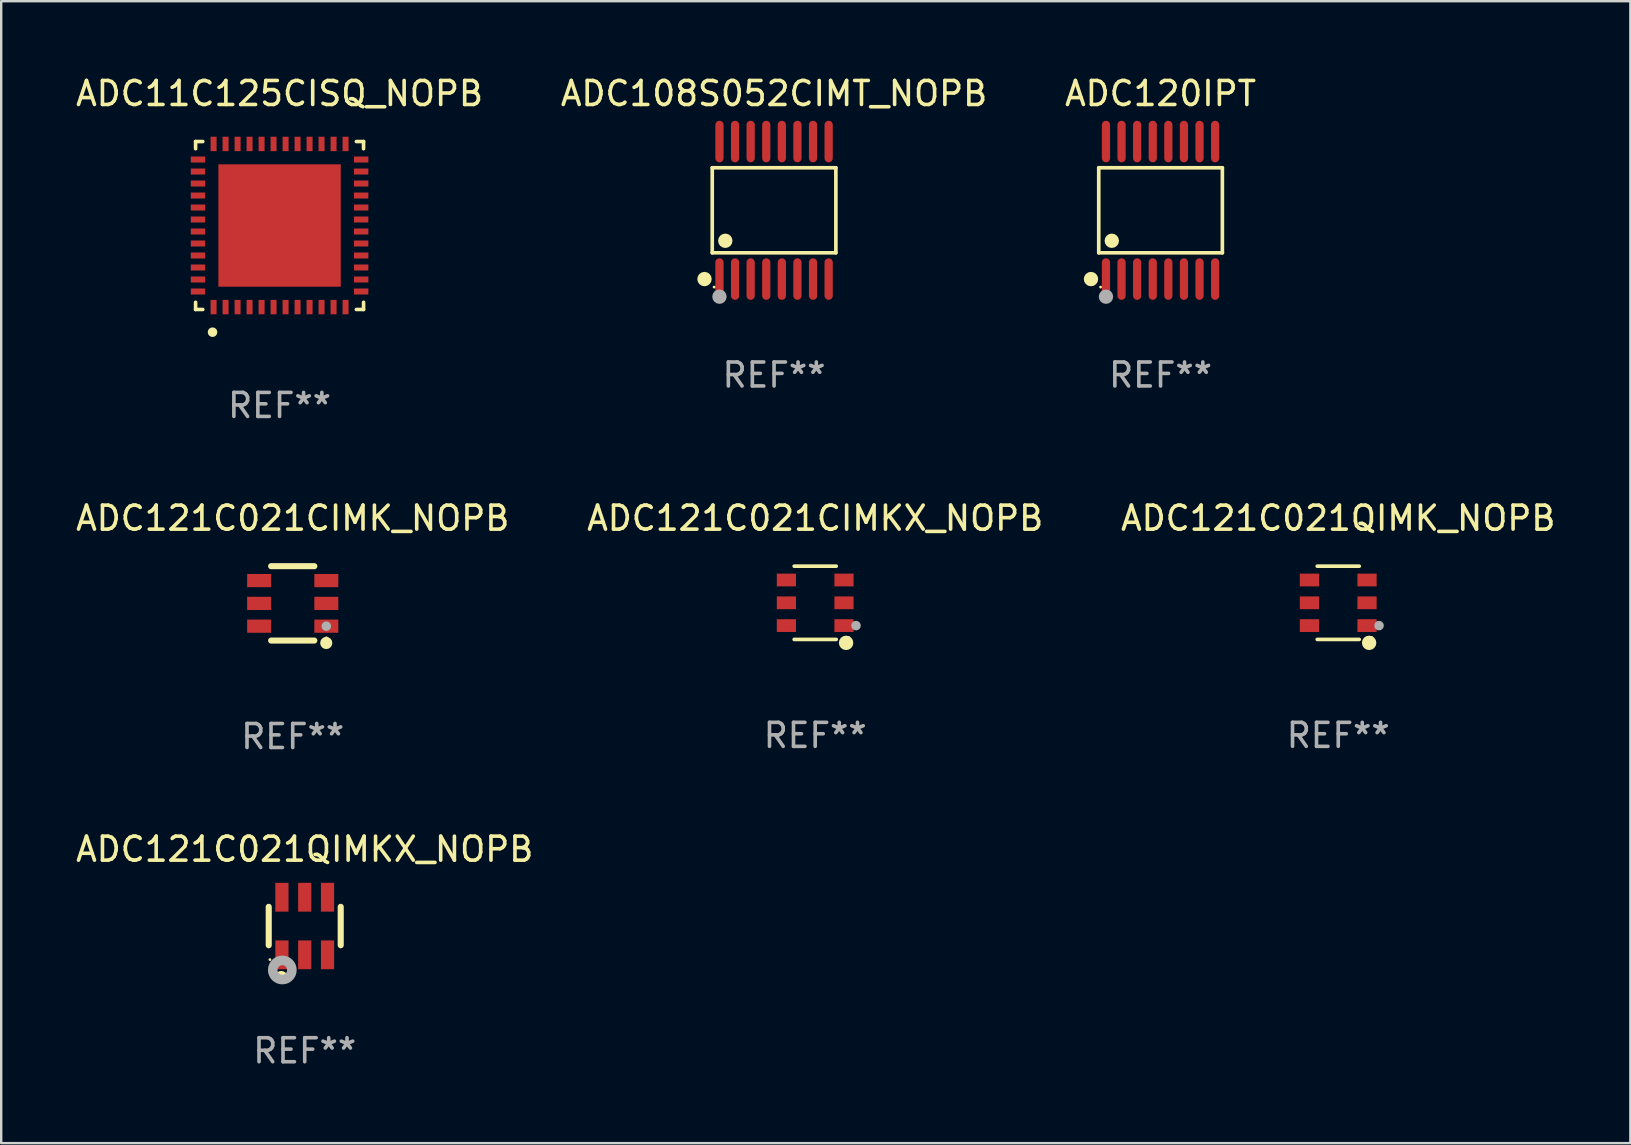
<source format=kicad_pcb>
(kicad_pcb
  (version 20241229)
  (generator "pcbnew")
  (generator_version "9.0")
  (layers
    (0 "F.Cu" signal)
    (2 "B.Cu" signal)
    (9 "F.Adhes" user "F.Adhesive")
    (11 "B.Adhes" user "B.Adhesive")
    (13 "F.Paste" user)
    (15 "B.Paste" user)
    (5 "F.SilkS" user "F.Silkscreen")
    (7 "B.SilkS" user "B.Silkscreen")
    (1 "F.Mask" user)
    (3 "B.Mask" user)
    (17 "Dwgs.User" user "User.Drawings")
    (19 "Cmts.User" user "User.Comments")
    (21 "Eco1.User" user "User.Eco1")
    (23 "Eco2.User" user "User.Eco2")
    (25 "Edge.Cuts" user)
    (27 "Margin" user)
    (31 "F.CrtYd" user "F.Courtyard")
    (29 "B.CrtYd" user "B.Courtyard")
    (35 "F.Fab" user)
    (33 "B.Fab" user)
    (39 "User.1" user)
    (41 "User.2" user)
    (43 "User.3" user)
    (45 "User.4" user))
  (footprint "ADC121C021QIMK_NOPB"
    (layer "F.Cu")
    (at 52.72 22.071)
    (property "Reference" "ADC121C021QIMK_NOPB" (at 0 -3.526 0) (layer "F.SilkS") (effects (font (size 1 1) (thickness 0.15))))
    (attr through_hole)
    (fp_line (start 0.876 -1.526) (end -0.876 -1.526) (stroke (width 0.152) (type solid)) (layer "F.SilkS"))
    (fp_line (start 0.876 1.526) (end -0.876 1.526) (stroke (width 0.152) (type solid)) (layer "F.SilkS"))
    (fp_circle (center 1.287 1.669) (end 1.438 1.669) (stroke (width 0.3) (type solid)) (fill no) (layer "F.SilkS"))
    (fp_circle (center 1.4 1.45) (end 1.43 1.45) (stroke (width 0.06) (type solid)) (fill no) (layer "F.SilkS"))
    (fp_circle (center 1.7 0.95) (end 1.8 0.95) (stroke (width 0.2) (type solid)) (fill no) (layer "F.Fab"))
    (fp_text user "REF**" (at 0 5.526 0) (layer "F.Fab") (effects (font (size 1 1) (thickness 0.15))))
    (pad "1" smd rect (at 1.2 0.95) (size 0.8 0.532) (layers "F.Cu" "F.Mask" "F.Paste"))
    (pad "2" smd rect (at 1.2 0) (size 0.8 0.532) (layers "F.Cu" "F.Mask" "F.Paste"))
    (pad "3" smd rect (at 1.2 -0.95) (size 0.8 0.532) (layers "F.Cu" "F.Mask" "F.Paste"))
    (pad "4" smd rect (at -1.2 -0.95) (size 0.8 0.532) (layers "F.Cu" "F.Mask" "F.Paste"))
    (pad "5" smd rect (at -1.2 0) (size 0.8 0.532) (layers "F.Cu" "F.Mask" "F.Paste"))
    (pad "6" smd rect (at -1.2 0.95) (size 0.8 0.532) (layers "F.Cu" "F.Mask" "F.Paste")))
  (footprint "ADC121C021CIMKX_NOPB"
    (layer "F.Cu")
    (at 30.923 22.071)
    (property "Reference" "ADC121C021CIMKX_NOPB" (at 0 -3.526 0) (layer "F.SilkS") (effects (font (size 1 1) (thickness 0.15))))
    (attr through_hole)
    (fp_line (start 0.876 -1.526) (end -0.876 -1.526) (stroke (width 0.152) (type solid)) (layer "F.SilkS"))
    (fp_line (start 0.876 1.526) (end -0.876 1.526) (stroke (width 0.152) (type solid)) (layer "F.SilkS"))
    (fp_circle (center 1.287 1.669) (end 1.438 1.669) (stroke (width 0.3) (type solid)) (fill no) (layer "F.SilkS"))
    (fp_circle (center 1.4 1.45) (end 1.43 1.45) (stroke (width 0.06) (type solid)) (fill no) (layer "F.SilkS"))
    (fp_circle (center 1.7 0.95) (end 1.8 0.95) (stroke (width 0.2) (type solid)) (fill no) (layer "F.Fab"))
    (fp_text user "REF**" (at 0 5.526 0) (layer "F.Fab") (effects (font (size 1 1) (thickness 0.15))))
    (pad "1" smd rect (at 1.2 0.95) (size 0.8 0.532) (layers "F.Cu" "F.Mask" "F.Paste"))
    (pad "2" smd rect (at 1.2 0) (size 0.8 0.532) (layers "F.Cu" "F.Mask" "F.Paste"))
    (pad "3" smd rect (at 1.2 -0.95) (size 0.8 0.532) (layers "F.Cu" "F.Mask" "F.Paste"))
    (pad "4" smd rect (at -1.2 -0.95) (size 0.8 0.532) (layers "F.Cu" "F.Mask" "F.Paste"))
    (pad "5" smd rect (at -1.2 0) (size 0.8 0.532) (layers "F.Cu" "F.Mask" "F.Paste"))
    (pad "6" smd rect (at -1.2 0.95) (size 0.8 0.532) (layers "F.Cu" "F.Mask" "F.Paste")))
  (footprint "ADC120IPT"
    (layer "F.Cu")
    (at 45.315 5.714)
    (property "Reference" "ADC120IPT" (at 0 -4.866 0) (layer "F.SilkS") (effects (font (size 1 1) (thickness 0.15))))
    (attr through_hole)
    (fp_line (start -2.576 -1.772) (end 2.576 -1.772) (stroke (width 0.152) (type solid)) (layer "F.SilkS"))
    (fp_line (start -2.576 1.771) (end -2.576 -1.772) (stroke (width 0.152) (type solid)) (layer "F.SilkS"))
    (fp_line (start 2.576 -1.772) (end 2.576 1.771) (stroke (width 0.152) (type solid)) (layer "F.SilkS"))
    (fp_line (start 2.576 1.771) (end -2.576 1.771) (stroke (width 0.152) (type solid)) (layer "F.SilkS"))
    (fp_circle (center -2.899 2.866) (end -2.749 2.866) (stroke (width 0.3) (type solid)) (fill no) (layer "F.SilkS"))
    (fp_circle (center -2.5 3.2) (end -2.47 3.2) (stroke (width 0.06) (type solid)) (fill no) (layer "F.SilkS"))
    (fp_circle (center -2.032 1.27) (end -1.882 1.27) (stroke (width 0.3) (type solid)) (fill no) (layer "F.SilkS"))
    (fp_circle (center -2.275 3.6) (end -2.125 3.6) (stroke (width 0.3) (type solid)) (fill no) (layer "F.Fab"))
    (fp_text user "REF**" (at 0 6.866 0) (layer "F.Fab") (effects (font (size 1 1) (thickness 0.15))))
    (pad "1" smd oval (at -2.275 2.866) (size 0.343 1.731) (layers "F.Cu" "F.Mask" "F.Paste"))
    (pad "2" smd oval (at -1.625 2.866) (size 0.343 1.731) (layers "F.Cu" "F.Mask" "F.Paste"))
    (pad "3" smd oval (at -0.975 2.866) (size 0.343 1.731) (layers "F.Cu" "F.Mask" "F.Paste"))
    (pad "4" smd oval (at -0.325 2.866) (size 0.343 1.731) (layers "F.Cu" "F.Mask" "F.Paste"))
    (pad "5" smd oval (at 0.325 2.866) (size 0.343 1.731) (layers "F.Cu" "F.Mask" "F.Paste"))
    (pad "6" smd oval (at 0.975 2.866) (size 0.343 1.731) (layers "F.Cu" "F.Mask" "F.Paste"))
    (pad "7" smd oval (at 1.625 2.866) (size 0.343 1.731) (layers "F.Cu" "F.Mask" "F.Paste"))
    (pad "8" smd oval (at 2.275 2.866) (size 0.343 1.731) (layers "F.Cu" "F.Mask" "F.Paste"))
    (pad "9" smd oval (at 2.275 -2.866) (size 0.343 1.731) (layers "F.Cu" "F.Mask" "F.Paste"))
    (pad "10" smd oval (at 1.625 -2.866) (size 0.343 1.731) (layers "F.Cu" "F.Mask" "F.Paste"))
    (pad "11" smd oval (at 0.975 -2.866) (size 0.343 1.731) (layers "F.Cu" "F.Mask" "F.Paste"))
    (pad "12" smd oval (at 0.325 -2.866) (size 0.343 1.731) (layers "F.Cu" "F.Mask" "F.Paste"))
    (pad "13" smd oval (at -0.325 -2.866) (size 0.343 1.731) (layers "F.Cu" "F.Mask" "F.Paste"))
    (pad "14" smd oval (at -0.975 -2.866) (size 0.343 1.731) (layers "F.Cu" "F.Mask" "F.Paste"))
    (pad "15" smd oval (at -1.625 -2.866) (size 0.343 1.731) (layers "F.Cu" "F.Mask" "F.Paste"))
    (pad "16" smd oval (at -2.275 -2.866) (size 0.343 1.731) (layers "F.Cu" "F.Mask" "F.Paste")))
  (footprint "ADC11C125CISQ_NOPB"
    (layer "F.Cu")
    (at 8.601 6.348)
    (property "Reference" "ADC11C125CISQ_NOPB" (at 0 -5.5 0) (layer "F.SilkS") (effects (font (size 1 1) (thickness 0.15))))
    (attr through_hole)
    (fp_line (start -3.5 -3.5) (end -3.2 -3.5) (stroke (width 0.15) (type solid)) (layer "F.SilkS"))
    (fp_line (start -3.5 -3.2) (end -3.5 -3.5) (stroke (width 0.15) (type solid)) (layer "F.SilkS"))
    (fp_line (start -3.5 3.5) (end -3.5 3.2) (stroke (width 0.15) (type solid)) (layer "F.SilkS"))
    (fp_line (start -3.2 3.5) (end -3.5 3.5) (stroke (width 0.15) (type solid)) (layer "F.SilkS"))
    (fp_line (start 3.2 -3.5) (end 3.5 -3.5) (stroke (width 0.15) (type solid)) (layer "F.SilkS"))
    (fp_line (start 3.5 -3.5) (end 3.5 -3.2) (stroke (width 0.15) (type solid)) (layer "F.SilkS"))
    (fp_line (start 3.5 3.2) (end 3.5 3.5) (stroke (width 0.15) (type solid)) (layer "F.SilkS"))
    (fp_line (start 3.5 3.5) (end 3.2 3.5) (stroke (width 0.15) (type solid)) (layer "F.SilkS"))
    (fp_circle (center -2.794 4.445) (end -2.694 4.445) (stroke (width 0.2) (type solid)) (fill no) (layer "F.SilkS"))
    (fp_text user "REF**" (at 0 7.5 0) (layer "F.Fab") (effects (font (size 1 1) (thickness 0.15))))
    (pad "1" smd rect (at -2.75 3.4 180) (size 0.25 0.6) (layers "F.Cu" "F.Mask" "F.Paste"))
    (pad "2" smd rect (at -2.25 3.4 180) (size 0.25 0.6) (layers "F.Cu" "F.Mask" "F.Paste"))
    (pad "3" smd rect (at -1.75 3.4 180) (size 0.25 0.6) (layers "F.Cu" "F.Mask" "F.Paste"))
    (pad "4" smd rect (at -1.25 3.4 180) (size 0.25 0.6) (layers "F.Cu" "F.Mask" "F.Paste"))
    (pad "5" smd rect (at -0.75 3.4 180) (size 0.25 0.6) (layers "F.Cu" "F.Mask" "F.Paste"))
    (pad "6" smd rect (at -0.25 3.4 180) (size 0.25 0.6) (layers "F.Cu" "F.Mask" "F.Paste"))
    (pad "7" smd rect (at 0.25 3.4 180) (size 0.25 0.6) (layers "F.Cu" "F.Mask" "F.Paste"))
    (pad "8" smd rect (at 0.75 3.4 180) (size 0.25 0.6) (layers "F.Cu" "F.Mask" "F.Paste"))
    (pad "9" smd rect (at 1.25 3.4 180) (size 0.25 0.6) (layers "F.Cu" "F.Mask" "F.Paste"))
    (pad "10" smd rect (at 1.75 3.4 180) (size 0.25 0.6) (layers "F.Cu" "F.Mask" "F.Paste"))
    (pad "11" smd rect (at 2.25 3.4 180) (size 0.25 0.6) (layers "F.Cu" "F.Mask" "F.Paste"))
    (pad "12" smd rect (at 2.75 3.4 180) (size 0.25 0.6) (layers "F.Cu" "F.Mask" "F.Paste"))
    (pad "13" smd rect (at 3.4 2.75 90) (size 0.25 0.6) (layers "F.Cu" "F.Mask" "F.Paste"))
    (pad "14" smd rect (at 3.4 2.25 90) (size 0.25 0.6) (layers "F.Cu" "F.Mask" "F.Paste"))
    (pad "15" smd rect (at 3.4 1.75 90) (size 0.25 0.6) (layers "F.Cu" "F.Mask" "F.Paste"))
    (pad "16" smd rect (at 3.4 1.25 90) (size 0.25 0.6) (layers "F.Cu" "F.Mask" "F.Paste"))
    (pad "17" smd rect (at 3.4 0.75 90) (size 0.25 0.6) (layers "F.Cu" "F.Mask" "F.Paste"))
    (pad "18" smd rect (at 3.4 0.25 90) (size 0.25 0.6) (layers "F.Cu" "F.Mask" "F.Paste"))
    (pad "19" smd rect (at 3.4 -0.25 90) (size 0.25 0.6) (layers "F.Cu" "F.Mask" "F.Paste"))
    (pad "20" smd rect (at 3.4 -0.75 90) (size 0.25 0.6) (layers "F.Cu" "F.Mask" "F.Paste"))
    (pad "21" smd rect (at 3.4 -1.25 90) (size 0.25 0.6) (layers "F.Cu" "F.Mask" "F.Paste"))
    (pad "22" smd rect (at 3.4 -1.75 90) (size 0.25 0.6) (layers "F.Cu" "F.Mask" "F.Paste"))
    (pad "23" smd rect (at 3.4 -2.25 90) (size 0.25 0.6) (layers "F.Cu" "F.Mask" "F.Paste"))
    (pad "24" smd rect (at 3.4 -2.75 90) (size 0.25 0.6) (layers "F.Cu" "F.Mask" "F.Paste"))
    (pad "25" smd rect (at 2.75 -3.4 180) (size 0.25 0.6) (layers "F.Cu" "F.Mask" "F.Paste"))
    (pad "26" smd rect (at 2.25 -3.4 180) (size 0.25 0.6) (layers "F.Cu" "F.Mask" "F.Paste"))
    (pad "27" smd rect (at 1.75 -3.4 180) (size 0.25 0.6) (layers "F.Cu" "F.Mask" "F.Paste"))
    (pad "28" smd rect (at 1.25 -3.4 180) (size 0.25 0.6) (layers "F.Cu" "F.Mask" "F.Paste"))
    (pad "29" smd rect (at 0.75 -3.4 180) (size 0.25 0.6) (layers "F.Cu" "F.Mask" "F.Paste"))
    (pad "30" smd rect (at 0.25 -3.4 180) (size 0.25 0.6) (layers "F.Cu" "F.Mask" "F.Paste"))
    (pad "31" smd rect (at -0.25 -3.4 180) (size 0.25 0.6) (layers "F.Cu" "F.Mask" "F.Paste"))
    (pad "32" smd rect (at -0.75 -3.4 180) (size 0.25 0.6) (layers "F.Cu" "F.Mask" "F.Paste"))
    (pad "33" smd rect (at -1.25 -3.4 180) (size 0.25 0.6) (layers "F.Cu" "F.Mask" "F.Paste"))
    (pad "34" smd rect (at -1.75 -3.4 180) (size 0.25 0.6) (layers "F.Cu" "F.Mask" "F.Paste"))
    (pad "35" smd rect (at -2.25 -3.4 180) (size 0.25 0.6) (layers "F.Cu" "F.Mask" "F.Paste"))
    (pad "36" smd rect (at -2.75 -3.4 180) (size 0.25 0.6) (layers "F.Cu" "F.Mask" "F.Paste"))
    (pad "37" smd rect (at -3.4 -2.75 90) (size 0.25 0.6) (layers "F.Cu" "F.Mask" "F.Paste"))
    (pad "38" smd rect (at -3.4 -2.25 90) (size 0.25 0.6) (layers "F.Cu" "F.Mask" "F.Paste"))
    (pad "39" smd rect (at -3.4 -1.75 90) (size 0.25 0.6) (layers "F.Cu" "F.Mask" "F.Paste"))
    (pad "40" smd rect (at -3.4 -1.25 90) (size 0.25 0.6) (layers "F.Cu" "F.Mask" "F.Paste"))
    (pad "41" smd rect (at -3.4 -0.75 90) (size 0.25 0.6) (layers "F.Cu" "F.Mask" "F.Paste"))
    (pad "42" smd rect (at -3.4 -0.25 90) (size 0.25 0.6) (layers "F.Cu" "F.Mask" "F.Paste"))
    (pad "43" smd rect (at -3.4 0.25 90) (size 0.25 0.6) (layers "F.Cu" "F.Mask" "F.Paste"))
    (pad "44" smd rect (at -3.4 0.75 90) (size 0.25 0.6) (layers "F.Cu" "F.Mask" "F.Paste"))
    (pad "45" smd rect (at -3.4 1.25 90) (size 0.25 0.6) (layers "F.Cu" "F.Mask" "F.Paste"))
    (pad "46" smd rect (at -3.4 1.75 90) (size 0.25 0.6) (layers "F.Cu" "F.Mask" "F.Paste"))
    (pad "47" smd rect (at -3.4 2.25 90) (size 0.25 0.6) (layers "F.Cu" "F.Mask" "F.Paste"))
    (pad "48" smd rect (at -3.4 2.75 90) (size 0.25 0.6) (layers "F.Cu" "F.Mask" "F.Paste"))
    (pad "49" smd rect (at -0.000127 -0.000127 90) (size 5.1 5.1) (layers "F.Cu" "F.Mask" "F.Paste")))
  (footprint "ADC121C021QIMKX_NOPB"
    (layer "F.Cu")
    (at 9.649 35.541)
    (property "Reference" "ADC121C021QIMKX_NOPB" (at 0 -3.2 0) (layer "F.SilkS") (effects (font (size 1 1) (thickness 0.15))))
    (attr through_hole)
    (fp_line (start -1.5 0.8) (end -1.5 -0.8) (stroke (width 0.254) (type solid)) (layer "F.SilkS"))
    (fp_line (start 1.5 -0.8) (end 1.5 0.8) (stroke (width 0.254) (type solid)) (layer "F.SilkS"))
    (fp_circle (center -1.45 1.4) (end -1.42 1.4) (stroke (width 0.06) (type solid)) (fill no) (layer "F.SilkS"))
    (fp_circle (center -0.975 2.125) (end -0.848 2.125) (stroke (width 0.254) (type solid)) (fill no) (layer "F.SilkS"))
    (fp_circle (center -0.934 1.832) (end -0.735 1.832) (stroke (width 0.4) (type solid)) (fill no) (layer "F.Fab"))
    (fp_text user "REF**" (at 0 5.2 0) (layer "F.Fab") (effects (font (size 1 1) (thickness 0.15))))
    (pad "1" smd rect (at -0.95 1.2) (size 0.55 1.2) (layers "F.Cu" "F.Mask" "F.Paste"))
    (pad "2" smd rect (at 0 1.2) (size 0.55 1.2) (layers "F.Cu" "F.Mask" "F.Paste"))
    (pad "3" smd rect (at 0.95 1.2) (size 0.55 1.2) (layers "F.Cu" "F.Mask" "F.Paste"))
    (pad "4" smd rect (at 0.95 -1.2) (size 0.55 1.2) (layers "F.Cu" "F.Mask" "F.Paste"))
    (pad "5" smd rect (at 0 -1.2) (size 0.55 1.2) (layers "F.Cu" "F.Mask" "F.Paste"))
    (pad "6" smd rect (at -0.95 -1.2) (size 0.55 1.2) (layers "F.Cu" "F.Mask" "F.Paste")))
  (footprint "ADC121C021CIMK_NOPB"
    (layer "F.Cu")
    (at 9.149 22.095)
    (property "Reference" "ADC121C021CIMK_NOPB" (at 0 -3.55 0) (layer "F.SilkS") (effects (font (size 1 1) (thickness 0.15))))
    (attr through_hole)
    (fp_line (start -0.9 -1.55) (end 0.9 -1.55) (stroke (width 0.254) (type solid)) (layer "F.SilkS"))
    (fp_line (start -0.9 1.55) (end 0.9 1.55) (stroke (width 0.254) (type solid)) (layer "F.SilkS"))
    (fp_circle (center 1.397 1.651) (end 1.524 1.651) (stroke (width 0.254) (type solid)) (fill no) (layer "F.SilkS"))
    (fp_circle (center 1.4 1.435) (end 1.43 1.435) (stroke (width 0.06) (type solid)) (fill no) (layer "F.SilkS"))
    (fp_circle (center 1.4 0.95) (end 1.5 0.95) (stroke (width 0.2) (type solid)) (fill no) (layer "F.Fab"))
    (fp_text user "REF**" (at 0 5.55 0) (layer "F.Fab") (effects (font (size 1 1) (thickness 0.15))))
    (pad "1" smd rect (at 1.4 0.95) (size 1 0.55) (layers "F.Cu" "F.Mask" "F.Paste"))
    (pad "2" smd rect (at 1.4 -0.000102) (size 1 0.55) (layers "F.Cu" "F.Mask" "F.Paste"))
    (pad "3" smd rect (at 1.4 -0.95) (size 1 0.55) (layers "F.Cu" "F.Mask" "F.Paste"))
    (pad "4" smd rect (at -1.4 -0.95) (size 1 0.55) (layers "F.Cu" "F.Mask" "F.Paste"))
    (pad "5" smd rect (at -1.4 -0.000102) (size 1 0.55) (layers "F.Cu" "F.Mask" "F.Paste"))
    (pad "6" smd rect (at -1.4 0.95) (size 1 0.55) (layers "F.Cu" "F.Mask" "F.Paste")))
  (footprint "ADC108S052CIMT_NOPB"
    (layer "F.Cu")
    (at 29.208 5.714)
    (property "Reference" "ADC108S052CIMT_NOPB" (at 0 -4.866 0) (layer "F.SilkS") (effects (font (size 1 1) (thickness 0.15))))
    (attr through_hole)
    (fp_line (start -2.576 -1.772) (end 2.576 -1.772) (stroke (width 0.152) (type solid)) (layer "F.SilkS"))
    (fp_line (start -2.576 1.771) (end -2.576 -1.772) (stroke (width 0.152) (type solid)) (layer "F.SilkS"))
    (fp_line (start 2.576 -1.772) (end 2.576 1.771) (stroke (width 0.152) (type solid)) (layer "F.SilkS"))
    (fp_line (start 2.576 1.771) (end -2.576 1.771) (stroke (width 0.152) (type solid)) (layer "F.SilkS"))
    (fp_circle (center -2.899 2.866) (end -2.749 2.866) (stroke (width 0.3) (type solid)) (fill no) (layer "F.SilkS"))
    (fp_circle (center -2.5 3.2) (end -2.47 3.2) (stroke (width 0.06) (type solid)) (fill no) (layer "F.SilkS"))
    (fp_circle (center -2.032 1.27) (end -1.882 1.27) (stroke (width 0.3) (type solid)) (fill no) (layer "F.SilkS"))
    (fp_circle (center -2.275 3.6) (end -2.125 3.6) (stroke (width 0.3) (type solid)) (fill no) (layer "F.Fab"))
    (fp_text user "REF**" (at 0 6.866 0) (layer "F.Fab") (effects (font (size 1 1) (thickness 0.15))))
    (pad "1" smd oval (at -2.275 2.866) (size 0.343 1.731) (layers "F.Cu" "F.Mask" "F.Paste"))
    (pad "2" smd oval (at -1.625 2.866) (size 0.343 1.731) (layers "F.Cu" "F.Mask" "F.Paste"))
    (pad "3" smd oval (at -0.975 2.866) (size 0.343 1.731) (layers "F.Cu" "F.Mask" "F.Paste"))
    (pad "4" smd oval (at -0.325 2.866) (size 0.343 1.731) (layers "F.Cu" "F.Mask" "F.Paste"))
    (pad "5" smd oval (at 0.325 2.866) (size 0.343 1.731) (layers "F.Cu" "F.Mask" "F.Paste"))
    (pad "6" smd oval (at 0.975 2.866) (size 0.343 1.731) (layers "F.Cu" "F.Mask" "F.Paste"))
    (pad "7" smd oval (at 1.625 2.866) (size 0.343 1.731) (layers "F.Cu" "F.Mask" "F.Paste"))
    (pad "8" smd oval (at 2.275 2.866) (size 0.343 1.731) (layers "F.Cu" "F.Mask" "F.Paste"))
    (pad "9" smd oval (at 2.275 -2.866) (size 0.343 1.731) (layers "F.Cu" "F.Mask" "F.Paste"))
    (pad "10" smd oval (at 1.625 -2.866) (size 0.343 1.731) (layers "F.Cu" "F.Mask" "F.Paste"))
    (pad "11" smd oval (at 0.975 -2.866) (size 0.343 1.731) (layers "F.Cu" "F.Mask" "F.Paste"))
    (pad "12" smd oval (at 0.325 -2.866) (size 0.343 1.731) (layers "F.Cu" "F.Mask" "F.Paste"))
    (pad "13" smd oval (at -0.325 -2.866) (size 0.343 1.731) (layers "F.Cu" "F.Mask" "F.Paste"))
    (pad "14" smd oval (at -0.975 -2.866) (size 0.343 1.731) (layers "F.Cu" "F.Mask" "F.Paste"))
    (pad "15" smd oval (at -1.625 -2.866) (size 0.343 1.731) (layers "F.Cu" "F.Mask" "F.Paste"))
    (pad "16" smd oval (at -2.275 -2.866) (size 0.343 1.731) (layers "F.Cu" "F.Mask" "F.Paste")))
  (gr_rect
    (start -3 -3)
    (end 64.893 44.59)
    (stroke (width 0.1) (type default))
    (fill no)
    (layer "Edge.Cuts")))
</source>
